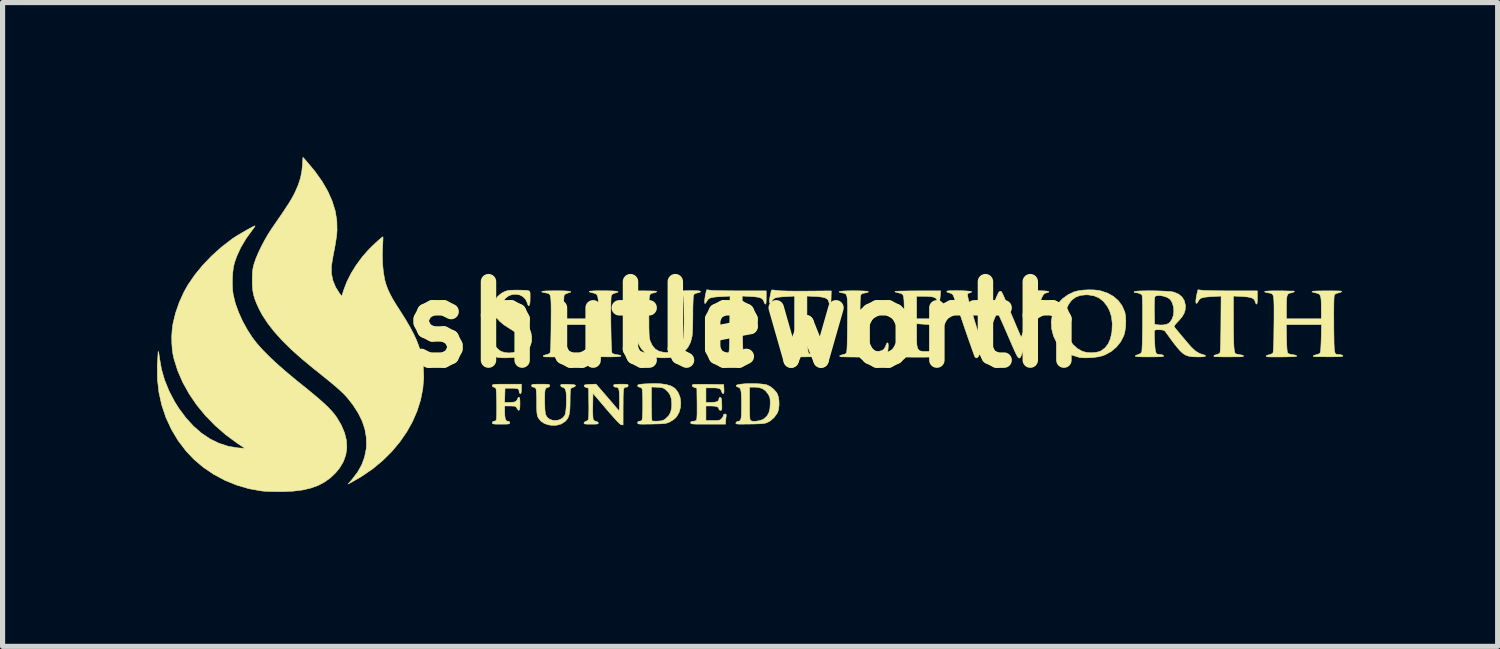
<source format=kicad_pcb>
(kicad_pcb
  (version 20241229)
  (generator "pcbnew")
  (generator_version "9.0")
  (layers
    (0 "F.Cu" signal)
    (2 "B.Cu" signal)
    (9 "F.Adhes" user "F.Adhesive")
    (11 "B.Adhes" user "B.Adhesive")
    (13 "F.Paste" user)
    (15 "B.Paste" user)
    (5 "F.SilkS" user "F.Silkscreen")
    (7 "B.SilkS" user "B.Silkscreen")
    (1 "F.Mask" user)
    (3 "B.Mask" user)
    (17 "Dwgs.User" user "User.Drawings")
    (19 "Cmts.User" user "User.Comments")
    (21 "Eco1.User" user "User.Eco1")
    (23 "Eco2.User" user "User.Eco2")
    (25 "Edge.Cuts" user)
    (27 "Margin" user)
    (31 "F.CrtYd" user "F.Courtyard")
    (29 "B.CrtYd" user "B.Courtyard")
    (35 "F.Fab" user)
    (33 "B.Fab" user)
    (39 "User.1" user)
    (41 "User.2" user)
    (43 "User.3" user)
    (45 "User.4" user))
  (footprint "shutleworth"
    (layer "F.Cu")
    (at 11.409 3.255)
    (property "Reference" "shutleworth" (at 0 0 0) (layer "F.SilkS") (effects (font (size 1.524 1.524) (thickness 0.3))))
    (attr through_hole)
    (fp_poly (pts (xy 6.786 -0.674) (xy 6.881 -0.664) (xy 6.918 -0.656) (xy 7.052 -0.612) (xy 7.167 -0.548) (xy 7.262 -0.465) (xy 7.335 -0.365) (xy 7.386 -0.249) (xy 7.389 -0.239) (xy 7.402 -0.166) (xy 7.407 -0.077) (xy 7.404 0.02) (xy 7.393 0.113) (xy 7.375 0.193) (xy 7.367 0.215) (xy 7.307 0.333) (xy 7.224 0.436) (xy 7.122 0.522) (xy 7.004 0.586) (xy 6.945 0.608) (xy 6.878 0.624) (xy 6.795 0.636) (xy 6.705 0.643) (xy 6.617 0.645) (xy 6.54 0.642) (xy 6.498 0.635) (xy 6.361 0.592) (xy 6.241 0.528) (xy 6.141 0.444) (xy 6.061 0.342) (xy 6.003 0.222) (xy 5.968 0.086) (xy 5.967 0.08) (xy 5.959 -0.054) (xy 5.961 -0.063) (xy 6.228 -0.063) (xy 6.233 0.036) (xy 6.247 0.127) (xy 6.262 0.183) (xy 6.312 0.292) (xy 6.381 0.387) (xy 6.465 0.463) (xy 6.559 0.517) (xy 6.579 0.524) (xy 6.655 0.542) (xy 6.741 0.547) (xy 6.826 0.54) (xy 6.899 0.522) (xy 6.921 0.512) (xy 7.001 0.455) (xy 7.063 0.376) (xy 7.108 0.276) (xy 7.135 0.153) (xy 7.138 0.127) (xy 7.144 -0.021) (xy 7.129 -0.154) (xy 7.092 -0.272) (xy 7.044 -0.361) (xy 6.973 -0.451) (xy 6.89 -0.517) (xy 6.795 -0.558) (xy 6.683 -0.577) (xy 6.635 -0.579) (xy 6.526 -0.568) (xy 6.434 -0.534) (xy 6.358 -0.478) (xy 6.297 -0.397) (xy 6.262 -0.325) (xy 6.243 -0.253) (xy 6.232 -0.163) (xy 6.228 -0.063) (xy 5.961 -0.063) (xy 5.979 -0.181) (xy 6.023 -0.3) (xy 6.09 -0.409) (xy 6.178 -0.503) (xy 6.286 -0.581) (xy 6.399 -0.635) (xy 6.478 -0.656) (xy 6.575 -0.67) (xy 6.681 -0.676) (xy 6.786 -0.674)) (stroke (width 0.01) (type solid)) (fill yes) (layer "F.SilkS"))
    (fp_poly (pts (xy 8.888 -0.667) (xy 8.921 -0.664) (xy 8.978 -0.662) (xy 9.056 -0.66) (xy 9.15 -0.658) (xy 9.257 -0.657) (xy 9.372 -0.656) (xy 9.465 -0.656) (xy 9.962 -0.656) (xy 9.962 -0.524) (xy 9.961 -0.46) (xy 9.958 -0.42) (xy 9.952 -0.401) (xy 9.945 -0.399) (xy 9.93 -0.415) (xy 9.92 -0.445) (xy 9.907 -0.48) (xy 9.88 -0.506) (xy 9.834 -0.525) (xy 9.768 -0.538) (xy 9.678 -0.546) (xy 9.659 -0.547) (xy 9.497 -0.555) (xy 9.498 -0.076) (xy 9.498 0.078) (xy 9.5 0.206) (xy 9.502 0.31) (xy 9.505 0.393) (xy 9.509 0.457) (xy 9.515 0.504) (xy 9.522 0.536) (xy 9.53 0.556) (xy 9.539 0.564) (xy 9.563 0.573) (xy 9.603 0.581) (xy 9.626 0.585) (xy 9.665 0.592) (xy 9.69 0.602) (xy 9.694 0.607) (xy 9.683 0.621) (xy 9.677 0.622) (xy 9.647 0.624) (xy 9.598 0.625) (xy 9.534 0.625) (xy 9.461 0.626) (xy 9.384 0.626) (xy 9.308 0.626) (xy 9.239 0.625) (xy 9.181 0.624) (xy 9.141 0.624) (xy 9.122 0.622) (xy 9.122 0.622) (xy 9.117 0.605) (xy 9.139 0.591) (xy 9.165 0.585) (xy 9.203 0.572) (xy 9.231 0.555) (xy 9.232 0.554) (xy 9.237 0.541) (xy 9.241 0.515) (xy 9.244 0.474) (xy 9.247 0.414) (xy 9.249 0.335) (xy 9.251 0.233) (xy 9.253 0.107) (xy 9.254 -0.011) (xy 9.258 -0.554) (xy 9.078 -0.544) (xy 8.991 -0.538) (xy 8.928 -0.53) (xy 8.883 -0.519) (xy 8.851 -0.502) (xy 8.829 -0.479) (xy 8.812 -0.451) (xy 8.791 -0.419) (xy 8.777 -0.411) (xy 8.769 -0.426) (xy 8.767 -0.461) (xy 8.773 -0.514) (xy 8.785 -0.582) (xy 8.794 -0.617) (xy 8.809 -0.677) (xy 8.888 -0.667)) (stroke (width 0.01) (type solid)) (fill yes) (layer "F.SilkS"))
    (fp_poly (pts (xy -0.652 -0.667) (xy -0.619 -0.664) (xy -0.562 -0.662) (xy -0.484 -0.66) (xy -0.389 -0.658) (xy -0.283 -0.657) (xy -0.167 -0.656) (xy -0.074 -0.656) (xy 0.423 -0.656) (xy 0.423 -0.524) (xy 0.422 -0.459) (xy 0.419 -0.418) (xy 0.412 -0.4) (xy 0.406 -0.398) (xy 0.391 -0.415) (xy 0.378 -0.447) (xy 0.378 -0.449) (xy 0.363 -0.482) (xy 0.337 -0.507) (xy 0.296 -0.525) (xy 0.236 -0.537) (xy 0.152 -0.545) (xy 0.117 -0.547) (xy -0.044 -0.555) (xy -0.04 -0.011) (xy -0.038 0.137) (xy -0.037 0.259) (xy -0.034 0.356) (xy -0.032 0.432) (xy -0.029 0.488) (xy -0.025 0.525) (xy -0.021 0.547) (xy -0.018 0.553) (xy 0.006 0.567) (xy 0.047 0.579) (xy 0.073 0.583) (xy 0.124 0.591) (xy 0.151 0.599) (xy 0.155 0.61) (xy 0.15 0.616) (xy 0.134 0.619) (xy 0.095 0.621) (xy 0.039 0.623) (xy -0.03 0.625) (xy -0.107 0.627) (xy -0.185 0.627) (xy -0.26 0.628) (xy -0.327 0.627) (xy -0.38 0.626) (xy -0.414 0.625) (xy -0.423 0.623) (xy -0.438 0.612) (xy -0.428 0.6) (xy -0.396 0.589) (xy -0.382 0.586) (xy -0.341 0.574) (xy -0.311 0.558) (xy -0.308 0.554) (xy -0.303 0.542) (xy -0.299 0.517) (xy -0.295 0.477) (xy -0.292 0.42) (xy -0.29 0.343) (xy -0.288 0.245) (xy -0.286 0.122) (xy -0.285 -0.011) (xy -0.28 -0.554) (xy -0.454 -0.544) (xy -0.543 -0.539) (xy -0.608 -0.531) (xy -0.655 -0.521) (xy -0.687 -0.506) (xy -0.71 -0.486) (xy -0.728 -0.458) (xy -0.728 -0.458) (xy -0.748 -0.427) (xy -0.764 -0.41) (xy -0.767 -0.409) (xy -0.772 -0.422) (xy -0.773 -0.455) (xy -0.769 -0.502) (xy -0.762 -0.555) (xy -0.751 -0.607) (xy -0.747 -0.624) (xy -0.733 -0.677) (xy -0.652 -0.667)) (stroke (width 0.01) (type solid)) (fill yes) (layer "F.SilkS"))
    (fp_poly (pts (xy -4.332 1.249) (xy -4.334 1.3) (xy -4.339 1.329) (xy -4.348 1.34) (xy -4.353 1.341) (xy -4.37 1.328) (xy -4.375 1.309) (xy -4.378 1.276) (xy -4.39 1.254) (xy -4.417 1.242) (xy -4.462 1.236) (xy -4.526 1.235) (xy -4.65 1.235) (xy -4.654 1.372) (xy -4.658 1.51) (xy -4.558 1.51) (xy -4.502 1.508) (xy -4.465 1.502) (xy -4.44 1.49) (xy -4.431 1.482) (xy -4.41 1.454) (xy -4.403 1.432) (xy -4.391 1.414) (xy -4.381 1.411) (xy -4.371 1.416) (xy -4.365 1.434) (xy -4.361 1.47) (xy -4.36 1.529) (xy -4.36 1.538) (xy -4.362 1.608) (xy -4.369 1.65) (xy -4.38 1.666) (xy -4.397 1.656) (xy -4.42 1.623) (xy -4.433 1.601) (xy -4.449 1.589) (xy -4.473 1.583) (xy -4.514 1.581) (xy -4.55 1.58) (xy -4.657 1.58) (xy -4.657 1.692) (xy -4.654 1.772) (xy -4.646 1.826) (xy -4.632 1.859) (xy -4.609 1.875) (xy -4.594 1.877) (xy -4.566 1.883) (xy -4.558 1.905) (xy -4.56 1.917) (xy -4.568 1.925) (xy -4.587 1.93) (xy -4.622 1.932) (xy -4.677 1.933) (xy -4.727 1.933) (xy -4.799 1.933) (xy -4.847 1.932) (xy -4.876 1.928) (xy -4.891 1.923) (xy -4.896 1.913) (xy -4.897 1.905) (xy -4.888 1.883) (xy -4.863 1.877) (xy -4.833 1.868) (xy -4.82 1.854) (xy -4.817 1.83) (xy -4.814 1.784) (xy -4.812 1.72) (xy -4.812 1.645) (xy -4.812 1.564) (xy -4.813 1.481) (xy -4.815 1.403) (xy -4.817 1.335) (xy -4.821 1.281) (xy -4.824 1.248) (xy -4.826 1.241) (xy -4.85 1.219) (xy -4.869 1.214) (xy -4.892 1.203) (xy -4.897 1.185) (xy -4.895 1.176) (xy -4.89 1.169) (xy -4.876 1.164) (xy -4.85 1.16) (xy -4.808 1.158) (xy -4.747 1.157) (xy -4.664 1.157) (xy -4.614 1.157) (xy -4.332 1.157) (xy -4.332 1.249)) (stroke (width 0.01) (type solid)) (fill yes) (layer "F.SilkS"))
    (fp_poly (pts (xy -1.626 1.149) (xy -1.519 1.164) (xy -1.433 1.189) (xy -1.367 1.226) (xy -1.336 1.253) (xy -1.283 1.328) (xy -1.25 1.416) (xy -1.237 1.511) (xy -1.243 1.608) (xy -1.268 1.7) (xy -1.312 1.78) (xy -1.345 1.818) (xy -1.385 1.85) (xy -1.436 1.881) (xy -1.46 1.894) (xy -1.487 1.905) (xy -1.515 1.914) (xy -1.547 1.92) (xy -1.589 1.924) (xy -1.646 1.927) (xy -1.723 1.929) (xy -1.803 1.931) (xy -1.896 1.932) (xy -1.966 1.933) (xy -2.014 1.932) (xy -2.046 1.93) (xy -2.064 1.926) (xy -2.072 1.92) (xy -2.074 1.911) (xy -2.074 1.906) (xy -2.066 1.883) (xy -2.042 1.877) (xy -2.009 1.87) (xy -1.992 1.86) (xy -1.987 1.84) (xy -1.982 1.798) (xy -1.979 1.738) (xy -1.976 1.665) (xy -1.975 1.585) (xy -1.975 1.534) (xy -1.806 1.534) (xy -1.806 1.627) (xy -1.805 1.711) (xy -1.803 1.781) (xy -1.8 1.833) (xy -1.797 1.863) (xy -1.796 1.869) (xy -1.777 1.873) (xy -1.739 1.875) (xy -1.688 1.875) (xy -1.684 1.874) (xy -1.626 1.87) (xy -1.587 1.861) (xy -1.554 1.845) (xy -1.529 1.826) (xy -1.471 1.769) (xy -1.434 1.702) (xy -1.415 1.619) (xy -1.411 1.545) (xy -1.418 1.448) (xy -1.442 1.37) (xy -1.484 1.306) (xy -1.529 1.264) (xy -1.56 1.241) (xy -1.59 1.228) (xy -1.628 1.22) (xy -1.684 1.216) (xy -1.695 1.216) (xy -1.806 1.211) (xy -1.806 1.534) (xy -1.975 1.534) (xy -1.975 1.502) (xy -1.976 1.423) (xy -1.978 1.352) (xy -1.982 1.294) (xy -1.986 1.254) (xy -1.99 1.241) (xy -2.016 1.219) (xy -2.04 1.214) (xy -2.067 1.206) (xy -2.074 1.187) (xy -2.072 1.175) (xy -2.061 1.167) (xy -2.038 1.161) (xy -1.998 1.156) (xy -1.935 1.151) (xy -1.909 1.15) (xy -1.755 1.144) (xy -1.626 1.149)) (stroke (width 0.01) (type solid)) (fill yes) (layer "F.SilkS"))
    (fp_poly (pts (xy 0.25 1.148) (xy 0.325 1.153) (xy 0.389 1.161) (xy 0.438 1.171) (xy 0.441 1.173) (xy 0.505 1.205) (xy 0.568 1.256) (xy 0.621 1.316) (xy 0.639 1.346) (xy 0.66 1.406) (xy 0.671 1.482) (xy 0.672 1.565) (xy 0.663 1.643) (xy 0.644 1.707) (xy 0.639 1.716) (xy 0.579 1.801) (xy 0.503 1.868) (xy 0.452 1.897) (xy 0.427 1.907) (xy 0.4 1.915) (xy 0.366 1.92) (xy 0.32 1.925) (xy 0.259 1.927) (xy 0.177 1.93) (xy 0.108 1.931) (xy 0.013 1.932) (xy -0.058 1.933) (xy -0.108 1.932) (xy -0.14 1.93) (xy -0.158 1.926) (xy -0.166 1.92) (xy -0.167 1.912) (xy -0.167 1.91) (xy -0.15 1.887) (xy -0.127 1.879) (xy -0.104 1.875) (xy -0.086 1.865) (xy -0.074 1.846) (xy -0.065 1.816) (xy -0.06 1.77) (xy -0.058 1.704) (xy -0.057 1.616) (xy -0.057 1.56) (xy -0.057 1.454) (xy -0.06 1.372) (xy -0.064 1.312) (xy -0.072 1.27) (xy -0.083 1.242) (xy -0.099 1.225) (xy -0.12 1.215) (xy -0.127 1.214) (xy 0.099 1.214) (xy 0.099 1.528) (xy 0.099 1.64) (xy 0.101 1.726) (xy 0.103 1.788) (xy 0.107 1.831) (xy 0.113 1.854) (xy 0.116 1.861) (xy 0.146 1.874) (xy 0.193 1.878) (xy 0.249 1.873) (xy 0.307 1.861) (xy 0.358 1.842) (xy 0.377 1.831) (xy 0.434 1.781) (xy 0.473 1.716) (xy 0.495 1.633) (xy 0.501 1.537) (xy 0.5 1.475) (xy 0.496 1.432) (xy 0.486 1.398) (xy 0.469 1.364) (xy 0.458 1.346) (xy 0.407 1.282) (xy 0.344 1.24) (xy 0.264 1.218) (xy 0.195 1.214) (xy 0.099 1.214) (xy -0.127 1.214) (xy -0.127 1.214) (xy -0.154 1.2) (xy -0.162 1.185) (xy -0.149 1.173) (xy -0.112 1.163) (xy -0.057 1.155) (xy 0.011 1.149) (xy 0.089 1.146) (xy 0.17 1.146) (xy 0.25 1.148)) (stroke (width 0.01) (type solid)) (fill yes) (layer "F.SilkS"))
    (fp_poly (pts (xy 0.578 -0.67) (xy 0.628 -0.664) (xy 0.636 -0.663) (xy 0.682 -0.658) (xy 0.753 -0.655) (xy 0.846 -0.652) (xy 0.958 -0.651) (xy 1.087 -0.651) (xy 1.214 -0.651) (xy 1.686 -0.655) (xy 1.685 -0.617) (xy 1.683 -0.532) (xy 1.681 -0.472) (xy 1.678 -0.433) (xy 1.675 -0.41) (xy 1.67 -0.4) (xy 1.663 -0.398) (xy 1.662 -0.399) (xy 1.647 -0.415) (xy 1.637 -0.445) (xy 1.624 -0.48) (xy 1.596 -0.506) (xy 1.551 -0.525) (xy 1.485 -0.538) (xy 1.395 -0.546) (xy 1.376 -0.547) (xy 1.214 -0.555) (xy 1.214 -0.104) (xy 1.215 0.058) (xy 1.217 0.193) (xy 1.219 0.305) (xy 1.223 0.393) (xy 1.228 0.461) (xy 1.234 0.511) (xy 1.242 0.543) (xy 1.251 0.561) (xy 1.255 0.564) (xy 1.279 0.572) (xy 1.32 0.581) (xy 1.342 0.585) (xy 1.382 0.592) (xy 1.407 0.602) (xy 1.411 0.607) (xy 1.4 0.621) (xy 1.393 0.622) (xy 1.363 0.623) (xy 1.313 0.624) (xy 1.249 0.625) (xy 1.176 0.626) (xy 1.099 0.626) (xy 1.023 0.626) (xy 0.954 0.625) (xy 0.897 0.624) (xy 0.857 0.623) (xy 0.839 0.622) (xy 0.838 0.622) (xy 0.833 0.605) (xy 0.856 0.591) (xy 0.888 0.584) (xy 0.928 0.574) (xy 0.949 0.554) (xy 0.959 0.532) (xy 0.963 0.505) (xy 0.967 0.452) (xy 0.97 0.373) (xy 0.972 0.27) (xy 0.973 0.145) (xy 0.974 -0.001) (xy 0.974 -0.032) (xy 0.974 -0.554) (xy 0.794 -0.544) (xy 0.707 -0.538) (xy 0.644 -0.53) (xy 0.599 -0.519) (xy 0.568 -0.502) (xy 0.545 -0.478) (xy 0.528 -0.45) (xy 0.509 -0.421) (xy 0.494 -0.418) (xy 0.491 -0.421) (xy 0.484 -0.44) (xy 0.486 -0.479) (xy 0.497 -0.542) (xy 0.499 -0.552) (xy 0.51 -0.605) (xy 0.519 -0.647) (xy 0.526 -0.67) (xy 0.527 -0.673) (xy 0.542 -0.673) (xy 0.578 -0.67)) (stroke (width 0.01) (type solid)) (fill yes) (layer "F.SilkS"))
    (fp_poly (pts (xy 2.17 -0.657) (xy 2.245 -0.656) (xy 2.312 -0.653) (xy 2.365 -0.65) (xy 2.399 -0.645) (xy 2.409 -0.64) (xy 2.399 -0.629) (xy 2.367 -0.619) (xy 2.342 -0.615) (xy 2.298 -0.607) (xy 2.273 -0.594) (xy 2.258 -0.573) (xy 2.256 -0.568) (xy 2.252 -0.542) (xy 2.249 -0.49) (xy 2.247 -0.412) (xy 2.246 -0.311) (xy 2.246 -0.188) (xy 2.246 -0.045) (xy 2.246 -0.04) (xy 2.247 0.1) (xy 2.248 0.214) (xy 2.25 0.305) (xy 2.255 0.375) (xy 2.262 0.428) (xy 2.273 0.466) (xy 2.29 0.491) (xy 2.313 0.506) (xy 2.343 0.514) (xy 2.381 0.518) (xy 2.428 0.519) (xy 2.468 0.52) (xy 2.558 0.521) (xy 2.624 0.516) (xy 2.673 0.503) (xy 2.707 0.478) (xy 2.733 0.44) (xy 2.754 0.387) (xy 2.757 0.377) (xy 2.771 0.357) (xy 2.781 0.353) (xy 2.79 0.365) (xy 2.793 0.398) (xy 2.792 0.444) (xy 2.787 0.495) (xy 2.778 0.544) (xy 2.768 0.583) (xy 2.759 0.601) (xy 2.737 0.635) (xy 2.307 0.631) (xy 2.2 0.63) (xy 2.101 0.629) (xy 2.015 0.628) (xy 1.944 0.626) (xy 1.894 0.625) (xy 1.867 0.624) (xy 1.863 0.623) (xy 1.848 0.612) (xy 1.858 0.6) (xy 1.889 0.589) (xy 1.904 0.586) (xy 1.945 0.574) (xy 1.975 0.558) (xy 1.978 0.554) (xy 1.983 0.542) (xy 1.988 0.517) (xy 1.991 0.477) (xy 1.994 0.42) (xy 1.996 0.343) (xy 1.998 0.244) (xy 2 0.122) (xy 2.001 -0.007) (xy 2.002 -0.152) (xy 2.003 -0.271) (xy 2.003 -0.367) (xy 2.001 -0.443) (xy 1.997 -0.501) (xy 1.991 -0.543) (xy 1.982 -0.573) (xy 1.97 -0.592) (xy 1.955 -0.604) (xy 1.935 -0.61) (xy 1.91 -0.614) (xy 1.894 -0.617) (xy 1.857 -0.625) (xy 1.839 -0.636) (xy 1.839 -0.64) (xy 1.854 -0.646) (xy 1.892 -0.65) (xy 1.948 -0.654) (xy 2.017 -0.656) (xy 2.093 -0.657) (xy 2.17 -0.657)) (stroke (width 0.01) (type solid)) (fill yes) (layer "F.SilkS"))
    (fp_poly (pts (xy -2.672 1.399) (xy -2.611 1.47) (xy -2.555 1.535) (xy -2.508 1.591) (xy -2.472 1.633) (xy -2.45 1.659) (xy -2.445 1.665) (xy -2.438 1.668) (xy -2.434 1.656) (xy -2.43 1.626) (xy -2.429 1.575) (xy -2.428 1.5) (xy -2.428 1.472) (xy -2.428 1.38) (xy -2.431 1.313) (xy -2.437 1.267) (xy -2.448 1.237) (xy -2.464 1.221) (xy -2.487 1.214) (xy -2.506 1.214) (xy -2.533 1.207) (xy -2.54 1.185) (xy -2.538 1.172) (xy -2.529 1.164) (xy -2.507 1.16) (xy -2.468 1.158) (xy -2.406 1.157) (xy -2.399 1.157) (xy -2.335 1.157) (xy -2.294 1.159) (xy -2.27 1.164) (xy -2.26 1.171) (xy -2.258 1.184) (xy -2.258 1.185) (xy -2.267 1.208) (xy -2.29 1.214) (xy -2.31 1.215) (xy -2.325 1.22) (xy -2.337 1.232) (xy -2.345 1.255) (xy -2.351 1.292) (xy -2.354 1.345) (xy -2.356 1.418) (xy -2.356 1.514) (xy -2.357 1.597) (xy -2.357 1.947) (xy -2.388 1.946) (xy -2.404 1.94) (xy -2.429 1.919) (xy -2.465 1.884) (xy -2.514 1.831) (xy -2.577 1.76) (xy -2.656 1.67) (xy -2.681 1.64) (xy -2.942 1.334) (xy -2.946 1.578) (xy -2.947 1.671) (xy -2.945 1.748) (xy -2.942 1.806) (xy -2.938 1.841) (xy -2.935 1.848) (xy -2.911 1.87) (xy -2.882 1.879) (xy -2.85 1.891) (xy -2.839 1.909) (xy -2.839 1.92) (xy -2.849 1.927) (xy -2.873 1.931) (xy -2.916 1.933) (xy -2.977 1.933) (xy -3.042 1.933) (xy -3.084 1.931) (xy -3.107 1.927) (xy -3.116 1.919) (xy -3.116 1.909) (xy -3.1 1.887) (xy -3.08 1.879) (xy -3.048 1.864) (xy -3.034 1.848) (xy -3.029 1.824) (xy -3.025 1.775) (xy -3.023 1.703) (xy -3.022 1.612) (xy -3.023 1.528) (xy -3.027 1.235) (xy -3.073 1.221) (xy -3.107 1.205) (xy -3.115 1.186) (xy -3.107 1.174) (xy -3.083 1.167) (xy -3.04 1.162) (xy -2.997 1.16) (xy -2.882 1.156) (xy -2.672 1.399)) (stroke (width 0.01) (type solid)) (fill yes) (layer "F.SilkS"))
    (fp_poly (pts (xy -0.77 1.16) (xy -0.709 1.16) (xy -0.402 1.164) (xy -0.398 1.252) (xy -0.397 1.302) (xy -0.401 1.33) (xy -0.41 1.34) (xy -0.414 1.341) (xy -0.432 1.328) (xy -0.445 1.298) (xy -0.445 1.298) (xy -0.456 1.267) (xy -0.476 1.247) (xy -0.511 1.235) (xy -0.564 1.229) (xy -0.627 1.228) (xy -0.748 1.228) (xy -0.748 1.51) (xy -0.643 1.51) (xy -0.573 1.506) (xy -0.527 1.494) (xy -0.502 1.473) (xy -0.494 1.439) (xy -0.494 1.437) (xy -0.486 1.416) (xy -0.469 1.414) (xy -0.457 1.42) (xy -0.449 1.437) (xy -0.444 1.47) (xy -0.441 1.525) (xy -0.44 1.542) (xy -0.439 1.601) (xy -0.44 1.637) (xy -0.444 1.657) (xy -0.454 1.664) (xy -0.465 1.665) (xy -0.488 1.657) (xy -0.494 1.645) (xy -0.503 1.614) (xy -0.532 1.594) (xy -0.584 1.583) (xy -0.643 1.58) (xy -0.748 1.58) (xy -0.748 1.863) (xy -0.613 1.863) (xy -0.549 1.862) (xy -0.507 1.859) (xy -0.48 1.853) (xy -0.46 1.842) (xy -0.444 1.828) (xy -0.42 1.796) (xy -0.409 1.766) (xy -0.409 1.765) (xy -0.4 1.741) (xy -0.379 1.736) (xy -0.361 1.738) (xy -0.354 1.751) (xy -0.355 1.78) (xy -0.358 1.801) (xy -0.363 1.849) (xy -0.367 1.89) (xy -0.367 1.9) (xy -0.367 1.933) (xy -0.706 1.933) (xy -0.812 1.933) (xy -0.893 1.933) (xy -0.953 1.932) (xy -0.994 1.93) (xy -1.021 1.927) (xy -1.036 1.922) (xy -1.043 1.916) (xy -1.044 1.907) (xy -1.044 1.905) (xy -1.038 1.885) (xy -1.016 1.878) (xy -0.997 1.877) (xy -0.959 1.871) (xy -0.934 1.858) (xy -0.933 1.857) (xy -0.927 1.838) (xy -0.923 1.797) (xy -0.92 1.733) (xy -0.92 1.643) (xy -0.92 1.536) (xy -0.924 1.235) (xy -0.97 1.221) (xy -1.006 1.203) (xy -1.016 1.182) (xy -1.014 1.174) (xy -1.007 1.168) (xy -0.992 1.163) (xy -0.963 1.16) (xy -0.919 1.159) (xy -0.856 1.159) (xy -0.77 1.16)) (stroke (width 0.01) (type solid)) (fill yes) (layer "F.SilkS"))
    (fp_poly (pts (xy -3.885 1.157) (xy -3.835 1.159) (xy -3.805 1.162) (xy -3.789 1.167) (xy -3.783 1.176) (xy -3.782 1.185) (xy -3.792 1.209) (xy -3.808 1.214) (xy -3.837 1.223) (xy -3.857 1.239) (xy -3.866 1.253) (xy -3.873 1.275) (xy -3.877 1.309) (xy -3.879 1.36) (xy -3.88 1.432) (xy -3.88 1.483) (xy -3.878 1.573) (xy -3.875 1.651) (xy -3.869 1.71) (xy -3.863 1.747) (xy -3.862 1.749) (xy -3.83 1.802) (xy -3.782 1.839) (xy -3.722 1.859) (xy -3.658 1.862) (xy -3.594 1.849) (xy -3.537 1.818) (xy -3.494 1.771) (xy -3.486 1.756) (xy -3.476 1.722) (xy -3.468 1.667) (xy -3.462 1.598) (xy -3.459 1.521) (xy -3.458 1.443) (xy -3.46 1.372) (xy -3.464 1.314) (xy -3.471 1.281) (xy -3.487 1.243) (xy -3.509 1.224) (xy -3.528 1.218) (xy -3.561 1.204) (xy -3.57 1.183) (xy -3.568 1.171) (xy -3.559 1.163) (xy -3.537 1.16) (xy -3.498 1.159) (xy -3.436 1.16) (xy -3.425 1.16) (xy -3.358 1.163) (xy -3.314 1.167) (xy -3.29 1.173) (xy -3.281 1.182) (xy -3.281 1.184) (xy -3.293 1.202) (xy -3.322 1.215) (xy -3.355 1.229) (xy -3.375 1.245) (xy -3.379 1.265) (xy -3.382 1.307) (xy -3.385 1.367) (xy -3.386 1.439) (xy -3.386 1.476) (xy -3.388 1.586) (xy -3.393 1.673) (xy -3.403 1.74) (xy -3.419 1.792) (xy -3.442 1.834) (xy -3.473 1.87) (xy -3.484 1.881) (xy -3.558 1.929) (xy -3.647 1.954) (xy -3.751 1.955) (xy -3.809 1.946) (xy -3.888 1.919) (xy -3.954 1.874) (xy -4.001 1.816) (xy -4.008 1.802) (xy -4.019 1.776) (xy -4.026 1.746) (xy -4.031 1.707) (xy -4.034 1.654) (xy -4.035 1.582) (xy -4.035 1.505) (xy -4.036 1.42) (xy -4.039 1.346) (xy -4.043 1.288) (xy -4.047 1.251) (xy -4.05 1.241) (xy -4.076 1.219) (xy -4.1 1.214) (xy -4.127 1.207) (xy -4.135 1.185) (xy -4.133 1.174) (xy -4.125 1.166) (xy -4.106 1.161) (xy -4.072 1.158) (xy -4.018 1.157) (xy -3.958 1.157) (xy -3.885 1.157)) (stroke (width 0.01) (type solid)) (fill yes) (layer "F.SilkS"))
    (fp_poly (pts (xy -4.345 -0.669) (xy -4.281 -0.667) (xy -4.231 -0.664) (xy -4.202 -0.659) (xy -4.202 -0.659) (xy -4.183 -0.653) (xy -4.171 -0.643) (xy -4.165 -0.623) (xy -4.163 -0.586) (xy -4.163 -0.53) (xy -4.164 -0.455) (xy -4.169 -0.405) (xy -4.178 -0.377) (xy -4.191 -0.367) (xy -4.192 -0.367) (xy -4.203 -0.379) (xy -4.215 -0.41) (xy -4.22 -0.426) (xy -4.251 -0.492) (xy -4.301 -0.543) (xy -4.363 -0.576) (xy -4.434 -0.59) (xy -4.508 -0.585) (xy -4.578 -0.56) (xy -4.638 -0.515) (xy -4.67 -0.477) (xy -4.683 -0.44) (xy -4.685 -0.413) (xy -4.68 -0.369) (xy -4.664 -0.329) (xy -4.632 -0.29) (xy -4.583 -0.248) (xy -4.513 -0.2) (xy -4.459 -0.167) (xy -4.394 -0.126) (xy -4.334 -0.086) (xy -4.284 -0.051) (xy -4.252 -0.026) (xy -4.25 -0.024) (xy -4.191 0.051) (xy -4.151 0.139) (xy -4.132 0.234) (xy -4.135 0.329) (xy -4.159 0.41) (xy -4.198 0.473) (xy -4.254 0.536) (xy -4.318 0.588) (xy -4.367 0.615) (xy -4.41 0.627) (xy -4.474 0.636) (xy -4.549 0.642) (xy -4.629 0.645) (xy -4.706 0.644) (xy -4.77 0.639) (xy -4.796 0.635) (xy -4.843 0.621) (xy -4.884 0.604) (xy -4.892 0.599) (xy -4.908 0.588) (xy -4.917 0.575) (xy -4.922 0.554) (xy -4.922 0.519) (xy -4.919 0.465) (xy -4.917 0.433) (xy -4.912 0.371) (xy -4.906 0.32) (xy -4.899 0.286) (xy -4.895 0.276) (xy -4.884 0.278) (xy -4.87 0.3) (xy -4.859 0.331) (xy -4.854 0.364) (xy -4.854 0.366) (xy -4.843 0.406) (xy -4.812 0.451) (xy -4.769 0.492) (xy -4.728 0.519) (xy -4.659 0.542) (xy -4.579 0.55) (xy -4.502 0.545) (xy -4.454 0.531) (xy -4.396 0.493) (xy -4.356 0.439) (xy -4.336 0.374) (xy -4.336 0.307) (xy -4.358 0.241) (xy -4.394 0.193) (xy -4.428 0.164) (xy -4.478 0.129) (xy -4.534 0.092) (xy -4.556 0.079) (xy -4.669 0.006) (xy -4.755 -0.066) (xy -4.818 -0.138) (xy -4.858 -0.213) (xy -4.878 -0.294) (xy -4.875 -0.385) (xy -4.847 -0.471) (xy -4.794 -0.546) (xy -4.721 -0.608) (xy -4.667 -0.637) (xy -4.632 -0.651) (xy -4.598 -0.661) (xy -4.558 -0.667) (xy -4.504 -0.669) (xy -4.431 -0.67) (xy -4.417 -0.67) (xy -4.345 -0.669)) (stroke (width 0.01) (type solid)) (fill yes) (layer "F.SilkS"))
    (fp_poly (pts (xy 3.802 -0.55) (xy 3.797 -0.497) (xy 3.792 -0.453) (xy 3.789 -0.428) (xy 3.788 -0.427) (xy 3.774 -0.411) (xy 3.759 -0.414) (xy 3.754 -0.43) (xy 3.748 -0.457) (xy 3.737 -0.486) (xy 3.717 -0.512) (xy 3.683 -0.531) (xy 3.63 -0.543) (xy 3.556 -0.549) (xy 3.482 -0.55) (xy 3.344 -0.55) (xy 3.344 -0.113) (xy 3.525 -0.113) (xy 3.607 -0.114) (xy 3.666 -0.117) (xy 3.705 -0.122) (xy 3.728 -0.13) (xy 3.733 -0.134) (xy 3.759 -0.15) (xy 3.773 -0.155) (xy 3.777 -0.142) (xy 3.778 -0.109) (xy 3.777 -0.061) (xy 3.774 -0.007) (xy 3.769 0.046) (xy 3.763 0.092) (xy 3.757 0.124) (xy 3.752 0.133) (xy 3.743 0.138) (xy 3.734 0.125) (xy 3.725 0.092) (xy 3.719 0.067) (xy 3.705 0.034) (xy 3.686 0.016) (xy 3.663 0.01) (xy 3.618 0.003) (xy 3.559 -0.003) (xy 3.503 -0.007) (xy 3.344 -0.018) (xy 3.344 0.217) (xy 3.345 0.318) (xy 3.349 0.395) (xy 3.359 0.45) (xy 3.378 0.487) (xy 3.408 0.509) (xy 3.454 0.52) (xy 3.517 0.522) (xy 3.6 0.52) (xy 3.604 0.52) (xy 3.682 0.515) (xy 3.737 0.503) (xy 3.773 0.483) (xy 3.795 0.452) (xy 3.808 0.408) (xy 3.819 0.375) (xy 3.834 0.357) (xy 3.835 0.356) (xy 3.847 0.364) (xy 3.853 0.392) (xy 3.853 0.435) (xy 3.849 0.485) (xy 3.841 0.535) (xy 3.83 0.58) (xy 3.817 0.612) (xy 3.807 0.623) (xy 3.79 0.625) (xy 3.749 0.627) (xy 3.688 0.629) (xy 3.612 0.63) (xy 3.525 0.631) (xy 3.432 0.631) (xy 3.337 0.631) (xy 3.244 0.631) (xy 3.157 0.63) (xy 3.081 0.629) (xy 3.021 0.627) (xy 2.98 0.625) (xy 2.964 0.623) (xy 2.949 0.612) (xy 2.958 0.6) (xy 2.99 0.589) (xy 3.006 0.586) (xy 3.055 0.569) (xy 3.08 0.546) (xy 3.085 0.528) (xy 3.089 0.494) (xy 3.093 0.441) (xy 3.096 0.368) (xy 3.098 0.272) (xy 3.1 0.151) (xy 3.101 0.005) (xy 3.101 -0.007) (xy 3.102 -0.151) (xy 3.103 -0.269) (xy 3.102 -0.364) (xy 3.1 -0.438) (xy 3.097 -0.495) (xy 3.091 -0.537) (xy 3.083 -0.566) (xy 3.072 -0.586) (xy 3.057 -0.598) (xy 3.04 -0.605) (xy 3.017 -0.611) (xy 3.012 -0.612) (xy 2.962 -0.624) (xy 2.934 -0.632) (xy 2.924 -0.638) (xy 2.926 -0.645) (xy 2.927 -0.645) (xy 2.943 -0.648) (xy 2.983 -0.65) (xy 3.045 -0.652) (xy 3.125 -0.653) (xy 3.219 -0.655) (xy 3.324 -0.655) (xy 3.373 -0.656) (xy 3.811 -0.656) (xy 3.802 -0.55)) (stroke (width 0.01) (type solid)) (fill yes) (layer "F.SilkS"))
    (fp_poly (pts (xy -9.509 -1.909) (xy -9.526 -1.882) (xy -9.554 -1.844) (xy -9.564 -1.831) (xy -9.682 -1.668) (xy -9.782 -1.499) (xy -9.86 -1.33) (xy -9.906 -1.199) (xy -9.926 -1.11) (xy -9.939 -1.002) (xy -9.946 -0.884) (xy -9.946 -0.765) (xy -9.939 -0.654) (xy -9.928 -0.575) (xy -9.888 -0.412) (xy -9.826 -0.241) (xy -9.747 -0.066) (xy -9.652 0.106) (xy -9.556 0.254) (xy -9.467 0.369) (xy -9.353 0.496) (xy -9.215 0.635) (xy -9.052 0.786) (xy -8.864 0.949) (xy -8.651 1.125) (xy -8.608 1.159) (xy -8.465 1.274) (xy -8.343 1.375) (xy -8.24 1.463) (xy -8.153 1.541) (xy -8.08 1.611) (xy -8.02 1.674) (xy -7.97 1.733) (xy -7.928 1.79) (xy -7.92 1.8) (xy -7.83 1.953) (xy -7.767 2.102) (xy -7.731 2.248) (xy -7.723 2.389) (xy -7.742 2.526) (xy -7.788 2.658) (xy -7.862 2.783) (xy -7.938 2.876) (xy -8.042 2.976) (xy -8.157 3.058) (xy -8.283 3.125) (xy -8.424 3.175) (xy -8.582 3.212) (xy -8.76 3.234) (xy -8.96 3.243) (xy -9.047 3.244) (xy -9.135 3.242) (xy -9.221 3.24) (xy -9.298 3.237) (xy -9.358 3.233) (xy -9.384 3.23) (xy -9.628 3.186) (xy -9.865 3.116) (xy -10.093 3.023) (xy -10.308 2.908) (xy -10.509 2.772) (xy -10.691 2.618) (xy -10.846 2.454) (xy -11.001 2.25) (xy -11.131 2.032) (xy -11.237 1.802) (xy -11.318 1.561) (xy -11.373 1.312) (xy -11.402 1.055) (xy -11.404 0.792) (xy -11.4 0.734) (xy -11.396 0.667) (xy -11.392 0.608) (xy -11.39 0.564) (xy -11.389 0.544) (xy -11.386 0.522) (xy -11.381 0.525) (xy -11.375 0.553) (xy -11.367 0.602) (xy -11.36 0.655) (xy -11.323 0.866) (xy -11.261 1.08) (xy -11.174 1.293) (xy -11.065 1.501) (xy -10.988 1.623) (xy -10.85 1.809) (xy -10.703 1.971) (xy -10.546 2.108) (xy -10.381 2.219) (xy -10.209 2.303) (xy -10.031 2.362) (xy -9.846 2.393) (xy -9.821 2.395) (xy -9.701 2.403) (xy -9.85 2.304) (xy -10.075 2.138) (xy -10.283 1.957) (xy -10.472 1.763) (xy -10.64 1.558) (xy -10.786 1.343) (xy -10.909 1.122) (xy -11.008 0.894) (xy -11.08 0.664) (xy -11.099 0.579) (xy -11.114 0.474) (xy -11.122 0.352) (xy -11.123 0.223) (xy -11.115 0.098) (xy -11.1 -0.014) (xy -11.099 -0.021) (xy -11.049 -0.226) (xy -10.977 -0.433) (xy -10.887 -0.631) (xy -10.81 -0.769) (xy -10.677 -0.963) (xy -10.521 -1.154) (xy -10.346 -1.336) (xy -10.157 -1.506) (xy -9.959 -1.658) (xy -9.91 -1.692) (xy -9.866 -1.72) (xy -9.81 -1.754) (xy -9.747 -1.791) (xy -9.683 -1.828) (xy -9.621 -1.862) (xy -9.569 -1.89) (xy -9.529 -1.91) (xy -9.508 -1.919) (xy -9.506 -1.919) (xy -9.509 -1.909)) (stroke (width 0.01) (type solid)) (fill yes) (layer "F.SilkS"))
    (fp_poly (pts (xy -0.961 -0.659) (xy -0.91 -0.658) (xy -0.876 -0.654) (xy -0.871 -0.653) (xy -0.853 -0.644) (xy -0.859 -0.632) (xy -0.889 -0.621) (xy -0.917 -0.615) (xy -0.959 -0.604) (xy -0.982 -0.583) (xy -0.988 -0.57) (xy -0.992 -0.546) (xy -0.996 -0.499) (xy -0.998 -0.432) (xy -1.001 -0.35) (xy -1.002 -0.257) (xy -1.002 -0.2) (xy -1.003 -0.1) (xy -1.004 -0.003) (xy -1.007 0.084) (xy -1.011 0.157) (xy -1.015 0.209) (xy -1.017 0.226) (xy -1.047 0.344) (xy -1.099 0.444) (xy -1.172 0.525) (xy -1.267 0.59) (xy -1.297 0.604) (xy -1.338 0.621) (xy -1.378 0.632) (xy -1.426 0.639) (xy -1.489 0.643) (xy -1.531 0.644) (xy -1.629 0.644) (xy -1.706 0.638) (xy -1.75 0.629) (xy -1.855 0.589) (xy -1.937 0.538) (xy -2 0.472) (xy -2.038 0.41) (xy -2.057 0.37) (xy -2.071 0.329) (xy -2.083 0.282) (xy -2.091 0.226) (xy -2.097 0.157) (xy -2.1 0.072) (xy -2.102 -0.034) (xy -2.103 -0.164) (xy -2.103 -0.174) (xy -2.103 -0.294) (xy -2.104 -0.39) (xy -2.106 -0.463) (xy -2.111 -0.518) (xy -2.118 -0.556) (xy -2.129 -0.582) (xy -2.144 -0.598) (xy -2.164 -0.607) (xy -2.189 -0.613) (xy -2.198 -0.614) (xy -2.255 -0.625) (xy -2.284 -0.635) (xy -2.287 -0.643) (xy -2.262 -0.649) (xy -2.211 -0.653) (xy -2.135 -0.656) (xy -2.033 -0.656) (xy -1.992 -0.656) (xy -1.896 -0.655) (xy -1.824 -0.654) (xy -1.773 -0.653) (xy -1.74 -0.651) (xy -1.72 -0.649) (xy -1.711 -0.647) (xy -1.708 -0.643) (xy -1.707 -0.638) (xy -1.707 -0.637) (xy -1.72 -0.627) (xy -1.751 -0.618) (xy -1.762 -0.616) (xy -1.788 -0.611) (xy -1.809 -0.605) (xy -1.825 -0.594) (xy -1.837 -0.575) (xy -1.845 -0.546) (xy -1.85 -0.502) (xy -1.854 -0.442) (xy -1.855 -0.363) (xy -1.856 -0.26) (xy -1.856 -0.157) (xy -1.855 -0.036) (xy -1.855 0.06) (xy -1.853 0.134) (xy -1.851 0.192) (xy -1.848 0.236) (xy -1.843 0.27) (xy -1.837 0.297) (xy -1.83 0.321) (xy -1.787 0.41) (xy -1.73 0.476) (xy -1.657 0.518) (xy -1.566 0.539) (xy -1.516 0.542) (xy -1.414 0.532) (xy -1.331 0.499) (xy -1.265 0.445) (xy -1.217 0.369) (xy -1.187 0.271) (xy -1.184 0.251) (xy -1.18 0.21) (xy -1.177 0.146) (xy -1.175 0.064) (xy -1.173 -0.032) (xy -1.173 -0.135) (xy -1.174 -0.203) (xy -1.175 -0.319) (xy -1.177 -0.411) (xy -1.18 -0.48) (xy -1.186 -0.531) (xy -1.194 -0.567) (xy -1.205 -0.589) (xy -1.222 -0.603) (xy -1.244 -0.611) (xy -1.271 -0.615) (xy -1.283 -0.617) (xy -1.319 -0.625) (xy -1.336 -0.637) (xy -1.336 -0.64) (xy -1.322 -0.645) (xy -1.284 -0.65) (xy -1.23 -0.654) (xy -1.165 -0.657) (xy -1.095 -0.659) (xy -1.025 -0.66) (xy -0.961 -0.659)) (stroke (width 0.01) (type solid)) (fill yes) (layer "F.SilkS"))
    (fp_poly (pts (xy -8.507 -3.174) (xy -8.34 -2.974) (xy -8.201 -2.778) (xy -8.09 -2.586) (xy -8.006 -2.395) (xy -7.948 -2.207) (xy -7.917 -2.02) (xy -7.913 -1.834) (xy -7.917 -1.768) (xy -7.925 -1.701) (xy -7.938 -1.616) (xy -7.953 -1.524) (xy -7.97 -1.436) (xy -7.972 -1.425) (xy -7.988 -1.343) (xy -8.002 -1.261) (xy -8.014 -1.187) (xy -8.022 -1.131) (xy -8.023 -1.122) (xy -8.021 -0.989) (xy -7.993 -0.856) (xy -7.94 -0.727) (xy -7.867 -0.61) (xy -7.821 -0.551) (xy -7.783 -0.673) (xy -7.723 -0.83) (xy -7.641 -0.993) (xy -7.54 -1.156) (xy -7.425 -1.312) (xy -7.32 -1.433) (xy -7.276 -1.479) (xy -7.225 -1.529) (xy -7.173 -1.579) (xy -7.122 -1.625) (xy -7.078 -1.664) (xy -7.044 -1.691) (xy -7.024 -1.705) (xy -7.02 -1.705) (xy -7.02 -1.69) (xy -7.021 -1.652) (xy -7.023 -1.597) (xy -7.027 -1.529) (xy -7.028 -1.51) (xy -7.033 -1.347) (xy -7.028 -1.183) (xy -7.014 -1.028) (xy -6.99 -0.889) (xy -6.985 -0.864) (xy -6.961 -0.78) (xy -6.93 -0.695) (xy -6.889 -0.605) (xy -6.836 -0.505) (xy -6.768 -0.392) (xy -6.689 -0.269) (xy -6.585 -0.104) (xy -6.498 0.044) (xy -6.426 0.179) (xy -6.368 0.305) (xy -6.322 0.426) (xy -6.286 0.545) (xy -6.273 0.598) (xy -6.238 0.812) (xy -6.229 1.029) (xy -6.247 1.246) (xy -6.29 1.462) (xy -6.357 1.675) (xy -6.447 1.883) (xy -6.56 2.085) (xy -6.695 2.28) (xy -6.849 2.464) (xy -7.024 2.638) (xy -7.217 2.798) (xy -7.428 2.943) (xy -7.585 3.035) (xy -7.698 3.096) (xy -7.624 3.011) (xy -7.515 2.868) (xy -7.433 2.723) (xy -7.378 2.573) (xy -7.347 2.417) (xy -7.341 2.348) (xy -7.345 2.188) (xy -7.372 2.031) (xy -7.423 1.876) (xy -7.5 1.72) (xy -7.602 1.562) (xy -7.7 1.436) (xy -7.735 1.396) (xy -7.773 1.355) (xy -7.818 1.311) (xy -7.87 1.263) (xy -7.932 1.208) (xy -8.008 1.144) (xy -8.098 1.07) (xy -8.206 0.983) (xy -8.333 0.881) (xy -8.368 0.854) (xy -8.598 0.663) (xy -8.803 0.481) (xy -8.981 0.305) (xy -9.133 0.135) (xy -9.261 -0.029) (xy -9.365 -0.188) (xy -9.419 -0.289) (xy -9.471 -0.4) (xy -9.509 -0.496) (xy -9.535 -0.585) (xy -9.551 -0.675) (xy -9.558 -0.774) (xy -9.559 -0.868) (xy -9.558 -0.954) (xy -9.554 -1.021) (xy -9.548 -1.076) (xy -9.538 -1.127) (xy -9.523 -1.184) (xy -9.52 -1.192) (xy -9.488 -1.286) (xy -9.441 -1.395) (xy -9.385 -1.514) (xy -9.321 -1.635) (xy -9.254 -1.752) (xy -9.186 -1.858) (xy -9.173 -1.877) (xy -9.082 -2.009) (xy -9.005 -2.121) (xy -8.941 -2.215) (xy -8.889 -2.295) (xy -8.845 -2.362) (xy -8.81 -2.42) (xy -8.78 -2.471) (xy -8.755 -2.518) (xy -8.732 -2.564) (xy -8.726 -2.575) (xy -8.665 -2.717) (xy -8.622 -2.85) (xy -8.596 -2.985) (xy -8.584 -3.103) (xy -8.575 -3.25) (xy -8.507 -3.174)) (stroke (width 0.01) (type solid)) (fill yes) (layer "F.SilkS"))
    (fp_poly (pts (xy 7.93 -0.657) (xy 8.021 -0.655) (xy 8.11 -0.652) (xy 8.191 -0.648) (xy 8.261 -0.643) (xy 8.315 -0.636) (xy 8.342 -0.63) (xy 8.432 -0.592) (xy 8.499 -0.537) (xy 8.543 -0.466) (xy 8.564 -0.38) (xy 8.565 -0.346) (xy 8.559 -0.279) (xy 8.538 -0.217) (xy 8.5 -0.153) (xy 8.442 -0.083) (xy 8.42 -0.061) (xy 8.38 -0.017) (xy 8.356 0.012) (xy 8.348 0.031) (xy 8.35 0.045) (xy 8.355 0.053) (xy 8.377 0.08) (xy 8.412 0.123) (xy 8.458 0.178) (xy 8.508 0.238) (xy 8.56 0.299) (xy 8.608 0.356) (xy 8.649 0.403) (xy 8.677 0.435) (xy 8.681 0.439) (xy 8.761 0.514) (xy 8.843 0.562) (xy 8.894 0.579) (xy 8.94 0.593) (xy 8.958 0.606) (xy 8.949 0.616) (xy 8.915 0.623) (xy 8.856 0.627) (xy 8.803 0.627) (xy 8.708 0.624) (xy 8.633 0.614) (xy 8.573 0.594) (xy 8.521 0.562) (xy 8.469 0.515) (xy 8.446 0.491) (xy 8.405 0.442) (xy 8.355 0.38) (xy 8.304 0.313) (xy 8.274 0.272) (xy 8.235 0.217) (xy 8.2 0.169) (xy 8.173 0.134) (xy 8.16 0.118) (xy 8.136 0.108) (xy 8.096 0.101) (xy 8.049 0.099) (xy 8.005 0.1) (xy 7.974 0.107) (xy 7.966 0.113) (xy 7.963 0.131) (xy 7.962 0.173) (xy 7.963 0.231) (xy 7.966 0.302) (xy 7.967 0.333) (xy 7.972 0.422) (xy 7.978 0.486) (xy 7.987 0.53) (xy 7.999 0.558) (xy 8.017 0.572) (xy 8.042 0.578) (xy 8.062 0.579) (xy 8.102 0.583) (xy 8.13 0.594) (xy 8.141 0.608) (xy 8.138 0.616) (xy 8.12 0.62) (xy 8.081 0.623) (xy 8.024 0.625) (xy 7.955 0.626) (xy 7.88 0.627) (xy 7.804 0.627) (xy 7.733 0.626) (xy 7.671 0.624) (xy 7.625 0.621) (xy 7.599 0.618) (xy 7.596 0.616) (xy 7.592 0.605) (xy 7.603 0.596) (xy 7.633 0.587) (xy 7.648 0.582) (xy 7.692 0.562) (xy 7.715 0.535) (xy 7.719 0.514) (xy 7.722 0.469) (xy 7.725 0.403) (xy 7.728 0.321) (xy 7.73 0.226) (xy 7.732 0.122) (xy 7.733 0.014) (xy 7.733 -0.096) (xy 7.733 -0.203) (xy 7.733 -0.304) (xy 7.733 -0.319) (xy 7.961 -0.319) (xy 7.962 -0.266) (xy 7.966 -0.007) (xy 8.015 0.002) (xy 8.078 0.008) (xy 8.144 0.005) (xy 8.202 -0.008) (xy 8.241 -0.025) (xy 8.269 -0.054) (xy 8.298 -0.095) (xy 8.308 -0.113) (xy 8.332 -0.184) (xy 8.34 -0.264) (xy 8.333 -0.345) (xy 8.311 -0.42) (xy 8.277 -0.479) (xy 8.26 -0.497) (xy 8.216 -0.526) (xy 8.16 -0.547) (xy 8.1 -0.561) (xy 8.044 -0.566) (xy 7.999 -0.56) (xy 7.974 -0.545) (xy 7.968 -0.525) (xy 7.964 -0.481) (xy 7.961 -0.413) (xy 7.961 -0.319) (xy 7.733 -0.319) (xy 7.732 -0.394) (xy 7.73 -0.47) (xy 7.727 -0.528) (xy 7.724 -0.564) (xy 7.722 -0.574) (xy 7.697 -0.594) (xy 7.656 -0.611) (xy 7.611 -0.62) (xy 7.597 -0.621) (xy 7.571 -0.627) (xy 7.567 -0.639) (xy 7.583 -0.645) (xy 7.623 -0.65) (xy 7.681 -0.654) (xy 7.755 -0.656) (xy 7.839 -0.657) (xy 7.93 -0.657)) (stroke (width 0.01) (type solid)) (fill yes) (layer "F.SilkS"))
    (fp_poly (pts (xy -2.723 -0.657) (xy -2.615 -0.656) (xy -2.535 -0.653) (xy -2.482 -0.648) (xy -2.455 -0.641) (xy -2.455 -0.633) (xy -2.481 -0.622) (xy -2.51 -0.614) (xy -2.556 -0.598) (xy -2.58 -0.575) (xy -2.585 -0.564) (xy -2.589 -0.54) (xy -2.592 -0.492) (xy -2.594 -0.424) (xy -2.595 -0.34) (xy -2.596 -0.244) (xy -2.595 -0.139) (xy -2.595 -0.03) (xy -2.593 0.08) (xy -2.591 0.187) (xy -2.589 0.287) (xy -2.586 0.376) (xy -2.582 0.452) (xy -2.579 0.509) (xy -2.574 0.544) (xy -2.572 0.553) (xy -2.548 0.567) (xy -2.507 0.579) (xy -2.482 0.583) (xy -2.439 0.59) (xy -2.409 0.596) (xy -2.401 0.6) (xy -2.398 0.609) (xy -2.41 0.616) (xy -2.441 0.621) (xy -2.493 0.624) (xy -2.567 0.626) (xy -2.667 0.626) (xy -2.697 0.625) (xy -2.796 0.625) (xy -2.87 0.624) (xy -2.922 0.623) (xy -2.957 0.622) (xy -2.978 0.621) (xy -2.989 0.618) (xy -2.992 0.615) (xy -2.992 0.611) (xy -2.992 0.608) (xy -2.979 0.598) (xy -2.948 0.588) (xy -2.936 0.586) (xy -2.906 0.58) (xy -2.883 0.571) (xy -2.866 0.555) (xy -2.855 0.528) (xy -2.847 0.488) (xy -2.843 0.43) (xy -2.84 0.35) (xy -2.838 0.266) (xy -2.833 0) (xy -3.517 0) (xy -3.512 0.266) (xy -3.509 0.373) (xy -3.505 0.454) (xy -3.5 0.51) (xy -3.494 0.543) (xy -3.489 0.553) (xy -3.465 0.567) (xy -3.425 0.579) (xy -3.399 0.583) (xy -3.347 0.591) (xy -3.321 0.599) (xy -3.316 0.61) (xy -3.321 0.616) (xy -3.337 0.619) (xy -3.376 0.621) (xy -3.433 0.623) (xy -3.502 0.625) (xy -3.578 0.627) (xy -3.657 0.627) (xy -3.732 0.628) (xy -3.798 0.627) (xy -3.852 0.626) (xy -3.886 0.625) (xy -3.895 0.623) (xy -3.909 0.612) (xy -3.899 0.6) (xy -3.868 0.589) (xy -3.853 0.586) (xy -3.813 0.574) (xy -3.783 0.558) (xy -3.779 0.554) (xy -3.774 0.542) (xy -3.77 0.517) (xy -3.766 0.477) (xy -3.763 0.419) (xy -3.761 0.342) (xy -3.759 0.243) (xy -3.757 0.121) (xy -3.756 -0.003) (xy -3.755 -0.148) (xy -3.754 -0.268) (xy -3.755 -0.364) (xy -3.757 -0.44) (xy -3.76 -0.497) (xy -3.766 -0.54) (xy -3.774 -0.57) (xy -3.785 -0.589) (xy -3.799 -0.601) (xy -3.817 -0.608) (xy -3.839 -0.613) (xy -3.849 -0.614) (xy -3.906 -0.625) (xy -3.935 -0.635) (xy -3.937 -0.643) (xy -3.911 -0.649) (xy -3.859 -0.654) (xy -3.779 -0.656) (xy -3.674 -0.657) (xy -3.64 -0.657) (xy -3.532 -0.656) (xy -3.453 -0.653) (xy -3.4 -0.648) (xy -3.374 -0.641) (xy -3.374 -0.633) (xy -3.4 -0.622) (xy -3.43 -0.613) (xy -3.476 -0.596) (xy -3.5 -0.572) (xy -3.501 -0.571) (xy -3.505 -0.548) (xy -3.508 -0.502) (xy -3.511 -0.439) (xy -3.512 -0.365) (xy -3.513 -0.328) (xy -3.514 -0.113) (xy -2.836 -0.113) (xy -2.837 -0.321) (xy -2.837 -0.416) (xy -2.841 -0.486) (xy -2.848 -0.537) (xy -2.86 -0.57) (xy -2.878 -0.592) (xy -2.903 -0.605) (xy -2.928 -0.612) (xy -2.981 -0.625) (xy -3.011 -0.635) (xy -3.016 -0.644) (xy -2.996 -0.65) (xy -2.95 -0.654) (xy -2.877 -0.657) (xy -2.778 -0.657) (xy -2.723 -0.657)) (stroke (width 0.01) (type solid)) (fill yes) (layer "F.SilkS"))
    (fp_poly (pts (xy 10.397 -0.656) (xy 10.481 -0.655) (xy 10.555 -0.653) (xy 10.615 -0.652) (xy 10.655 -0.652) (xy 10.672 -0.651) (xy 10.682 -0.644) (xy 10.671 -0.634) (xy 10.644 -0.623) (xy 10.611 -0.615) (xy 10.582 -0.609) (xy 10.561 -0.597) (xy 10.546 -0.576) (xy 10.536 -0.542) (xy 10.53 -0.491) (xy 10.528 -0.42) (xy 10.527 -0.324) (xy 10.527 -0.113) (xy 11.204 -0.113) (xy 11.204 -0.321) (xy 11.203 -0.416) (xy 11.2 -0.486) (xy 11.193 -0.537) (xy 11.181 -0.57) (xy 11.163 -0.592) (xy 11.138 -0.605) (xy 11.112 -0.612) (xy 11.061 -0.624) (xy 11.033 -0.632) (xy 11.023 -0.638) (xy 11.028 -0.645) (xy 11.033 -0.648) (xy 11.05 -0.65) (xy 11.09 -0.652) (xy 11.148 -0.654) (xy 11.217 -0.655) (xy 11.294 -0.656) (xy 11.372 -0.656) (xy 11.445 -0.655) (xy 11.51 -0.655) (xy 11.559 -0.653) (xy 11.589 -0.651) (xy 11.59 -0.651) (xy 11.6 -0.644) (xy 11.588 -0.633) (xy 11.561 -0.622) (xy 11.528 -0.614) (xy 11.486 -0.602) (xy 11.463 -0.581) (xy 11.457 -0.568) (xy 11.453 -0.544) (xy 11.45 -0.493) (xy 11.448 -0.419) (xy 11.447 -0.323) (xy 11.446 -0.207) (xy 11.447 -0.073) (xy 11.447 0.000415) (xy 11.448 0.143) (xy 11.45 0.26) (xy 11.451 0.354) (xy 11.454 0.427) (xy 11.458 0.483) (xy 11.463 0.523) (xy 11.471 0.55) (xy 11.481 0.566) (xy 11.493 0.575) (xy 11.508 0.578) (xy 11.527 0.579) (xy 11.527 0.579) (xy 11.574 0.583) (xy 11.609 0.593) (xy 11.624 0.607) (xy 11.624 0.611) (xy 11.607 0.617) (xy 11.563 0.622) (xy 11.491 0.624) (xy 11.391 0.625) (xy 11.344 0.625) (xy 11.246 0.624) (xy 11.172 0.624) (xy 11.119 0.623) (xy 11.084 0.622) (xy 11.063 0.621) (xy 11.052 0.618) (xy 11.049 0.615) (xy 11.049 0.611) (xy 11.049 0.608) (xy 11.061 0.598) (xy 11.093 0.588) (xy 11.105 0.586) (xy 11.145 0.574) (xy 11.174 0.558) (xy 11.178 0.555) (xy 11.186 0.535) (xy 11.192 0.494) (xy 11.196 0.43) (xy 11.2 0.34) (xy 11.202 0.267) (xy 11.208 0) (xy 10.524 0) (xy 10.529 0.266) (xy 10.532 0.373) (xy 10.536 0.454) (xy 10.541 0.51) (xy 10.547 0.543) (xy 10.552 0.553) (xy 10.575 0.567) (xy 10.616 0.579) (xy 10.642 0.583) (xy 10.693 0.591) (xy 10.72 0.599) (xy 10.724 0.61) (xy 10.719 0.617) (xy 10.703 0.619) (xy 10.664 0.622) (xy 10.607 0.624) (xy 10.538 0.626) (xy 10.462 0.627) (xy 10.383 0.628) (xy 10.308 0.628) (xy 10.242 0.628) (xy 10.189 0.626) (xy 10.155 0.625) (xy 10.146 0.623) (xy 10.131 0.612) (xy 10.141 0.6) (xy 10.173 0.589) (xy 10.187 0.586) (xy 10.228 0.574) (xy 10.258 0.558) (xy 10.261 0.554) (xy 10.267 0.542) (xy 10.271 0.517) (xy 10.274 0.477) (xy 10.277 0.419) (xy 10.28 0.342) (xy 10.282 0.243) (xy 10.283 0.12) (xy 10.285 -0.003) (xy 10.286 -0.148) (xy 10.286 -0.267) (xy 10.286 -0.364) (xy 10.284 -0.439) (xy 10.281 -0.497) (xy 10.275 -0.54) (xy 10.267 -0.57) (xy 10.256 -0.589) (xy 10.242 -0.601) (xy 10.224 -0.608) (xy 10.201 -0.613) (xy 10.192 -0.614) (xy 10.135 -0.625) (xy 10.105 -0.635) (xy 10.103 -0.643) (xy 10.128 -0.649) (xy 10.178 -0.653) (xy 10.255 -0.656) (xy 10.356 -0.656) (xy 10.397 -0.656)) (stroke (width 0.01) (type solid)) (fill yes) (layer "F.SilkS"))
    (fp_poly (pts (xy 4.154 -0.659) (xy 4.225 -0.658) (xy 4.291 -0.655) (xy 4.349 -0.651) (xy 4.391 -0.647) (xy 4.411 -0.642) (xy 4.413 -0.64) (xy 4.404 -0.627) (xy 4.377 -0.616) (xy 4.373 -0.616) (xy 4.345 -0.608) (xy 4.334 -0.596) (xy 4.334 -0.569) (xy 4.337 -0.546) (xy 4.344 -0.511) (xy 4.359 -0.452) (xy 4.38 -0.374) (xy 4.407 -0.281) (xy 4.439 -0.175) (xy 4.473 -0.062) (xy 4.51 0.056) (xy 4.535 0.133) (xy 4.58 0.273) (xy 4.756 -0.185) (xy 4.804 -0.309) (xy 4.844 -0.41) (xy 4.876 -0.489) (xy 4.901 -0.549) (xy 4.921 -0.592) (xy 4.936 -0.621) (xy 4.949 -0.638) (xy 4.959 -0.645) (xy 4.962 -0.646) (xy 4.971 -0.648) (xy 4.978 -0.648) (xy 4.986 -0.644) (xy 4.995 -0.633) (xy 5.006 -0.614) (xy 5.021 -0.583) (xy 5.041 -0.539) (xy 5.067 -0.479) (xy 5.1 -0.401) (xy 5.142 -0.301) (xy 5.193 -0.178) (xy 5.2 -0.162) (xy 5.242 -0.063) (xy 5.28 0.028) (xy 5.314 0.106) (xy 5.341 0.17) (xy 5.362 0.216) (xy 5.373 0.24) (xy 5.375 0.243) (xy 5.381 0.233) (xy 5.394 0.2) (xy 5.412 0.147) (xy 5.435 0.08) (xy 5.46 0.001) (xy 5.487 -0.085) (xy 5.514 -0.175) (xy 5.541 -0.263) (xy 5.566 -0.347) (xy 5.587 -0.423) (xy 5.604 -0.485) (xy 5.616 -0.531) (xy 5.621 -0.557) (xy 5.621 -0.579) (xy 5.614 -0.594) (xy 5.594 -0.606) (xy 5.556 -0.619) (xy 5.517 -0.631) (xy 5.501 -0.639) (xy 5.51 -0.646) (xy 5.542 -0.652) (xy 5.595 -0.656) (xy 5.667 -0.658) (xy 5.726 -0.658) (xy 5.811 -0.656) (xy 5.872 -0.651) (xy 5.906 -0.644) (xy 5.914 -0.635) (xy 5.895 -0.625) (xy 5.864 -0.616) (xy 5.848 -0.612) (xy 5.833 -0.606) (xy 5.82 -0.596) (xy 5.806 -0.58) (xy 5.791 -0.556) (xy 5.774 -0.522) (xy 5.755 -0.475) (xy 5.731 -0.414) (xy 5.703 -0.336) (xy 5.669 -0.24) (xy 5.628 -0.122) (xy 5.58 0.019) (xy 5.543 0.127) (xy 5.498 0.259) (xy 5.461 0.367) (xy 5.431 0.453) (xy 5.407 0.519) (xy 5.389 0.569) (xy 5.375 0.604) (xy 5.364 0.627) (xy 5.355 0.64) (xy 5.348 0.646) (xy 5.34 0.648) (xy 5.332 0.647) (xy 5.33 0.646) (xy 5.321 0.641) (xy 5.308 0.626) (xy 5.292 0.599) (xy 5.27 0.557) (xy 5.243 0.499) (xy 5.208 0.421) (xy 5.165 0.322) (xy 5.112 0.2) (xy 5.11 0.194) (xy 5.065 0.09) (xy 5.023 -0.005) (xy 4.986 -0.088) (xy 4.955 -0.157) (xy 4.931 -0.207) (xy 4.915 -0.236) (xy 4.91 -0.243) (xy 4.902 -0.228) (xy 4.886 -0.19) (xy 4.862 -0.132) (xy 4.832 -0.06) (xy 4.797 0.026) (xy 4.759 0.119) (xy 4.758 0.122) (xy 4.704 0.255) (xy 4.66 0.365) (xy 4.623 0.452) (xy 4.593 0.52) (xy 4.569 0.571) (xy 4.55 0.607) (xy 4.535 0.63) (xy 4.522 0.642) (xy 4.513 0.646) (xy 4.488 0.639) (xy 4.474 0.622) (xy 4.466 0.602) (xy 4.45 0.559) (xy 4.427 0.495) (xy 4.399 0.415) (xy 4.366 0.322) (xy 4.33 0.218) (xy 4.302 0.138) (xy 4.249 -0.017) (xy 4.205 -0.148) (xy 4.167 -0.256) (xy 4.137 -0.344) (xy 4.113 -0.414) (xy 4.093 -0.468) (xy 4.078 -0.509) (xy 4.067 -0.539) (xy 4.059 -0.56) (xy 4.052 -0.574) (xy 4.05 -0.578) (xy 4.027 -0.599) (xy 3.99 -0.614) (xy 3.986 -0.615) (xy 3.947 -0.626) (xy 3.929 -0.638) (xy 3.936 -0.65) (xy 3.947 -0.654) (xy 3.976 -0.657) (xy 4.024 -0.66) (xy 4.085 -0.66) (xy 4.154 -0.659)) (stroke (width 0.01) (type solid)) (fill yes) (layer "F.SilkS")))
  (gr_rect
    (start -3 -3)
    (end 26.038 9.504)
    (stroke (width 0.1) (type default))
    (fill no)
    (layer "Edge.Cuts")))
</source>
